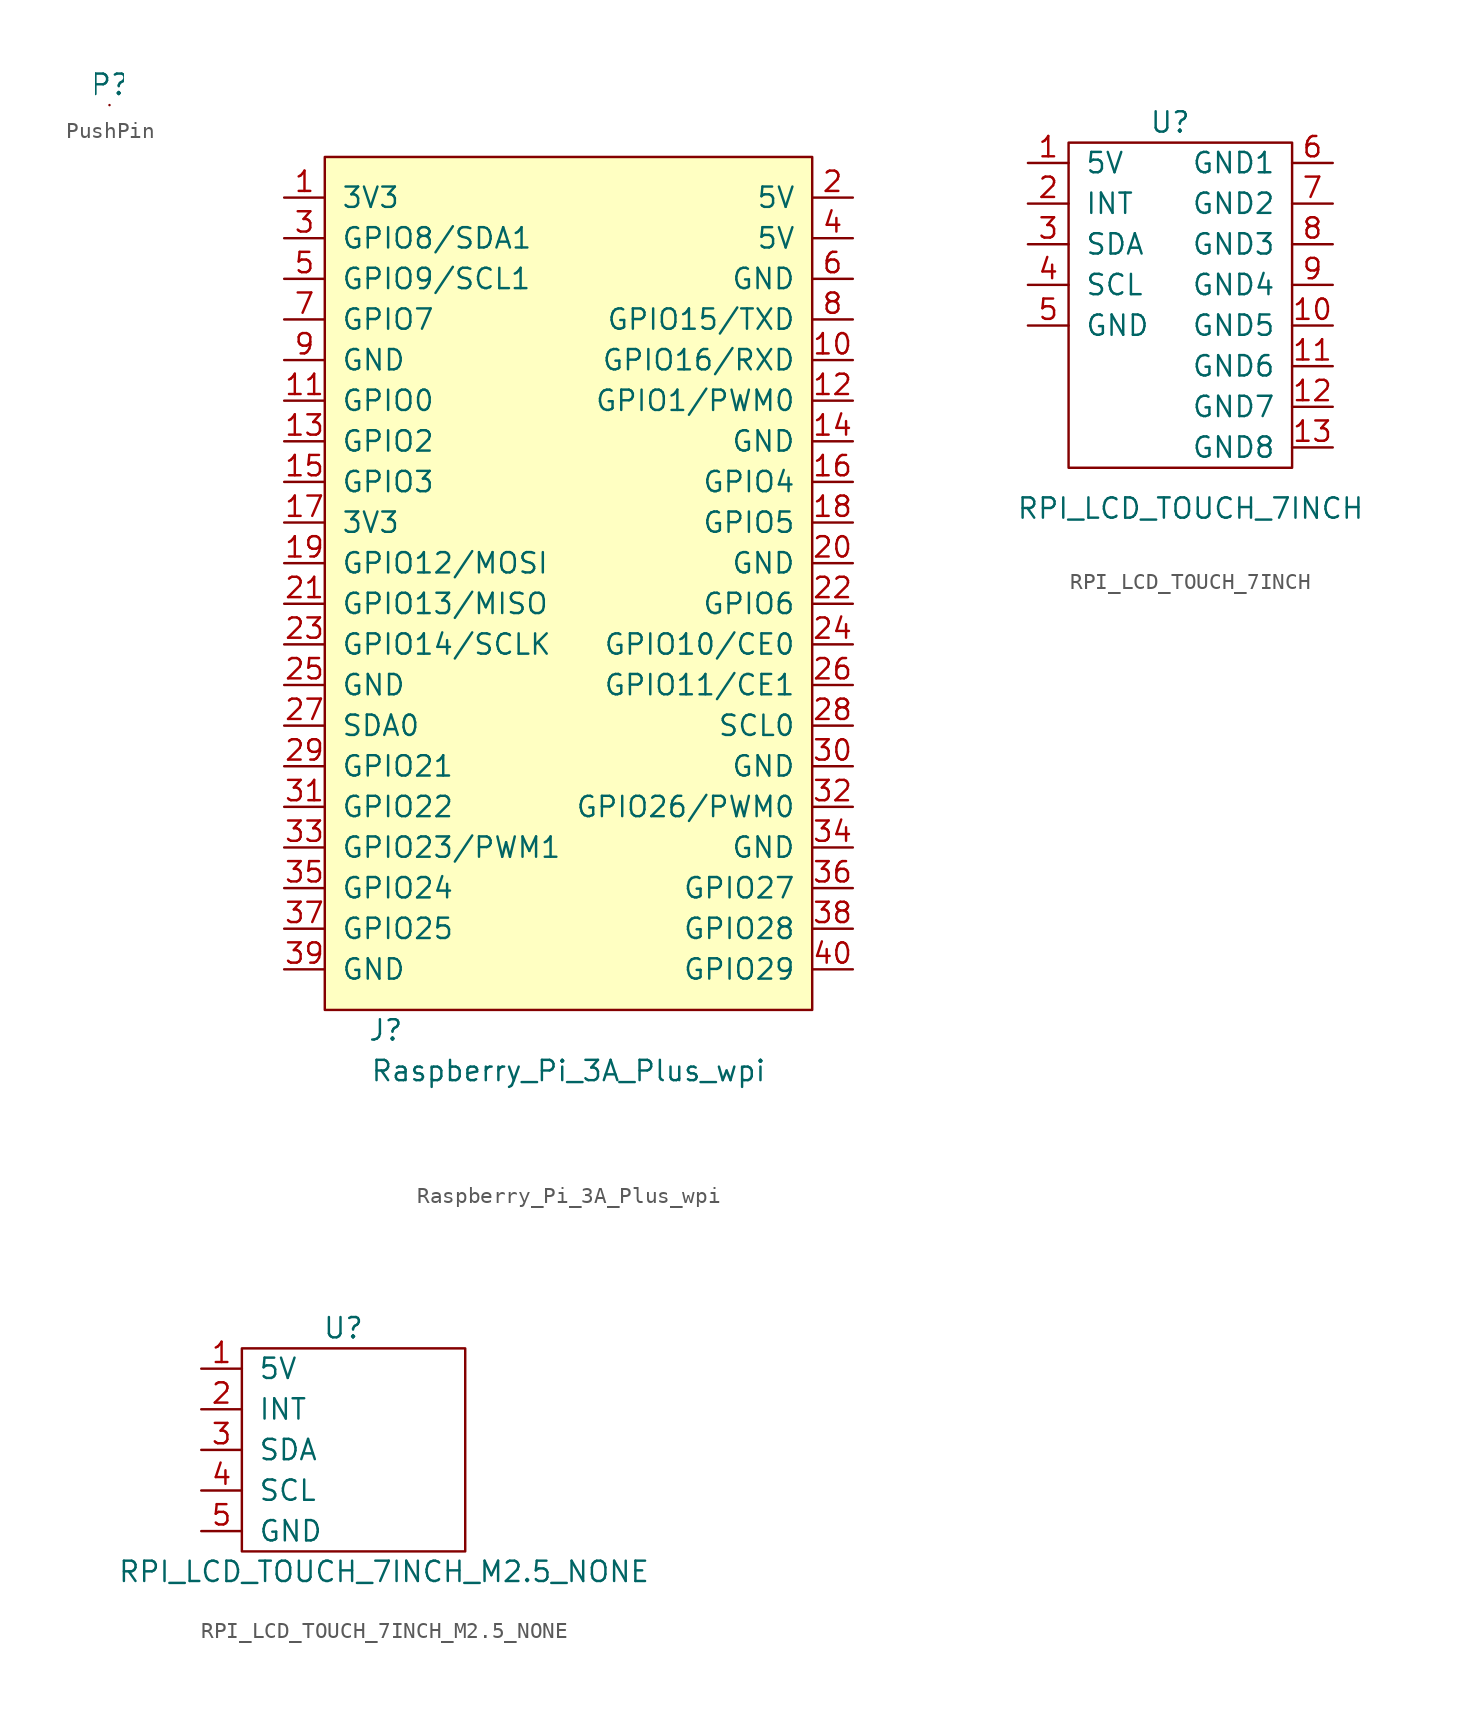
<source format=kicad_sym>
(kicad_symbol_lib
  (version 20211014)
  (generator kicad_symbol_editor)
  (symbol "PushPin"
    (pin_names
      (offset 1.016))
    (property "Reference" "P"
      (at 0 1.27 0)
      (effects (font (size 1.27 1.27))))
    (symbol "PushPin_1_1"
      (pin passive line (at 0 0 0) (length 0) (name "~" (effects (font (size 1.27 1.27)))) (number "~" (effects (font (size 1.27 1.27)))))))
  (symbol "Raspberry_Pi_3A_Plus_wpi"
    (pin_names
      (offset 1.016))
    (property "Reference" "J"
      (at -11.43 -27.94 0)
      (effects (font (size 1.27 1.27))))
    (property "Value" "Raspberry_Pi_3A_Plus_wpi"
      (at 0 -30.48 0)
      (effects (font (size 1.27 1.27))))
    (symbol "Raspberry_Pi_3A_Plus_wpi_0_1"
      (rectangle (start 15.24 26.67) (end -15.24 -26.67) (stroke (width 0) (type default) (color 0 0 0 0)) (fill (type background))))
    (symbol "Raspberry_Pi_3A_Plus_wpi_1_1"
      (pin power_out line (at -17.78 24.13 0) (length 2.54) (name "3V3" (effects (font (size 1.27 1.27)))) (number "1" (effects (font (size 1.27 1.27)))))
      (pin bidirectional line (at 17.78 13.97 180) (length 2.54) (name "GPIO16/RXD" (effects (font (size 1.27 1.27)))) (number "10" (effects (font (size 1.27 1.27)))))
      (pin bidirectional line (at -17.78 11.43 0) (length 2.54) (name "GPIO0" (effects (font (size 1.27 1.27)))) (number "11" (effects (font (size 1.27 1.27)))))
      (pin bidirectional line (at 17.78 11.43 180) (length 2.54) (name "GPIO1/PWM0" (effects (font (size 1.27 1.27)))) (number "12" (effects (font (size 1.27 1.27)))))
      (pin bidirectional line (at -17.78 8.89 0) (length 2.54) (name "GPIO2" (effects (font (size 1.27 1.27)))) (number "13" (effects (font (size 1.27 1.27)))))
      (pin power_out line (at 17.78 8.89 180) (length 2.54) (name "GND" (effects (font (size 1.27 1.27)))) (number "14" (effects (font (size 1.27 1.27)))))
      (pin bidirectional line (at -17.78 6.35 0) (length 2.54) (name "GPIO3" (effects (font (size 1.27 1.27)))) (number "15" (effects (font (size 1.27 1.27)))))
      (pin bidirectional line (at 17.78 6.35 180) (length 2.54) (name "GPIO4" (effects (font (size 1.27 1.27)))) (number "16" (effects (font (size 1.27 1.27)))))
      (pin power_out line (at -17.78 3.81 0) (length 2.54) (name "3V3" (effects (font (size 1.27 1.27)))) (number "17" (effects (font (size 1.27 1.27)))))
      (pin bidirectional line (at 17.78 3.81 180) (length 2.54) (name "GPIO5" (effects (font (size 1.27 1.27)))) (number "18" (effects (font (size 1.27 1.27)))))
      (pin bidirectional line (at -17.78 1.27 0) (length 2.54) (name "GPIO12/MOSI" (effects (font (size 1.27 1.27)))) (number "19" (effects (font (size 1.27 1.27)))))
      (pin power_out line (at 17.78 24.13 180) (length 2.54) (name "5V" (effects (font (size 1.27 1.27)))) (number "2" (effects (font (size 1.27 1.27)))))
      (pin power_out line (at 17.78 1.27 180) (length 2.54) (name "GND" (effects (font (size 1.27 1.27)))) (number "20" (effects (font (size 1.27 1.27)))))
      (pin bidirectional line (at -17.78 -1.27 0) (length 2.54) (name "GPIO13/MISO" (effects (font (size 1.27 1.27)))) (number "21" (effects (font (size 1.27 1.27)))))
      (pin bidirectional line (at 17.78 -1.27 180) (length 2.54) (name "GPIO6" (effects (font (size 1.27 1.27)))) (number "22" (effects (font (size 1.27 1.27)))))
      (pin bidirectional line (at -17.78 -3.81 0) (length 2.54) (name "GPIO14/SCLK" (effects (font (size 1.27 1.27)))) (number "23" (effects (font (size 1.27 1.27)))))
      (pin bidirectional line (at 17.78 -3.81 180) (length 2.54) (name "GPIO10/CE0" (effects (font (size 1.27 1.27)))) (number "24" (effects (font (size 1.27 1.27)))))
      (pin power_out line (at -17.78 -6.35 0) (length 2.54) (name "GND" (effects (font (size 1.27 1.27)))) (number "25" (effects (font (size 1.27 1.27)))))
      (pin bidirectional line (at 17.78 -6.35 180) (length 2.54) (name "GPIO11/CE1" (effects (font (size 1.27 1.27)))) (number "26" (effects (font (size 1.27 1.27)))))
      (pin bidirectional line (at -17.78 -8.89 0) (length 2.54) (name "SDA0" (effects (font (size 1.27 1.27)))) (number "27" (effects (font (size 1.27 1.27)))))
      (pin bidirectional line (at 17.78 -8.89 180) (length 2.54) (name "SCL0" (effects (font (size 1.27 1.27)))) (number "28" (effects (font (size 1.27 1.27)))))
      (pin bidirectional line (at -17.78 -11.43 0) (length 2.54) (name "GPIO21" (effects (font (size 1.27 1.27)))) (number "29" (effects (font (size 1.27 1.27)))))
      (pin bidirectional line (at -17.78 21.59 0) (length 2.54) (name "GPIO8/SDA1" (effects (font (size 1.27 1.27)))) (number "3" (effects (font (size 1.27 1.27)))))
      (pin power_out line (at 17.78 -11.43 180) (length 2.54) (name "GND" (effects (font (size 1.27 1.27)))) (number "30" (effects (font (size 1.27 1.27)))))
      (pin bidirectional line (at -17.78 -13.97 0) (length 2.54) (name "GPIO22" (effects (font (size 1.27 1.27)))) (number "31" (effects (font (size 1.27 1.27)))))
      (pin bidirectional line (at 17.78 -13.97 180) (length 2.54) (name "GPIO26/PWM0" (effects (font (size 1.27 1.27)))) (number "32" (effects (font (size 1.27 1.27)))))
      (pin bidirectional line (at -17.78 -16.51 0) (length 2.54) (name "GPIO23/PWM1" (effects (font (size 1.27 1.27)))) (number "33" (effects (font (size 1.27 1.27)))))
      (pin power_out line (at 17.78 -16.51 180) (length 2.54) (name "GND" (effects (font (size 1.27 1.27)))) (number "34" (effects (font (size 1.27 1.27)))))
      (pin bidirectional line (at -17.78 -19.05 0) (length 2.54) (name "GPIO24" (effects (font (size 1.27 1.27)))) (number "35" (effects (font (size 1.27 1.27)))))
      (pin bidirectional line (at 17.78 -19.05 180) (length 2.54) (name "GPIO27" (effects (font (size 1.27 1.27)))) (number "36" (effects (font (size 1.27 1.27)))))
      (pin bidirectional line (at -17.78 -21.59 0) (length 2.54) (name "GPIO25" (effects (font (size 1.27 1.27)))) (number "37" (effects (font (size 1.27 1.27)))))
      (pin bidirectional line (at 17.78 -21.59 180) (length 2.54) (name "GPIO28" (effects (font (size 1.27 1.27)))) (number "38" (effects (font (size 1.27 1.27)))))
      (pin power_out line (at -17.78 -24.13 0) (length 2.54) (name "GND" (effects (font (size 1.27 1.27)))) (number "39" (effects (font (size 1.27 1.27)))))
      (pin power_out line (at 17.78 21.59 180) (length 2.54) (name "5V" (effects (font (size 1.27 1.27)))) (number "4" (effects (font (size 1.27 1.27)))))
      (pin bidirectional line (at 17.78 -24.13 180) (length 2.54) (name "GPIO29" (effects (font (size 1.27 1.27)))) (number "40" (effects (font (size 1.27 1.27)))))
      (pin bidirectional line (at -17.78 19.05 0) (length 2.54) (name "GPIO9/SCL1" (effects (font (size 1.27 1.27)))) (number "5" (effects (font (size 1.27 1.27)))))
      (pin power_out line (at 17.78 19.05 180) (length 2.54) (name "GND" (effects (font (size 1.27 1.27)))) (number "6" (effects (font (size 1.27 1.27)))))
      (pin bidirectional line (at -17.78 16.51 0) (length 2.54) (name "GPIO7" (effects (font (size 1.27 1.27)))) (number "7" (effects (font (size 1.27 1.27)))))
      (pin bidirectional line (at 17.78 16.51 180) (length 2.54) (name "GPIO15/TXD" (effects (font (size 1.27 1.27)))) (number "8" (effects (font (size 1.27 1.27)))))
      (pin power_out line (at -17.78 13.97 0) (length 2.54) (name "GND" (effects (font (size 1.27 1.27)))) (number "9" (effects (font (size 1.27 1.27)))))))
  (symbol "RPI_LCD_TOUCH_7INCH"
    (pin_names
      (offset 1.016))
    (property "Reference" "U"
      (at 8.89 2.54 0)
      (effects (font (size 1.27 1.27))))
    (property "Value" "RPI_LCD_TOUCH_7INCH"
      (at 10.16 -21.59 0)
      (effects (font (size 1.27 1.27))))
    (symbol "RPI_LCD_TOUCH_7INCH_0_0"
      (rectangle (start 2.54 1.27) (end 16.51 -19.05) (stroke (width 0) (type default) (color 0 0 0 0)) (fill (type none))))
    (symbol "RPI_LCD_TOUCH_7INCH_1_1"
      (pin input line (at 0 0 0) (length 2.54) (name "5V" (effects (font (size 1.27 1.27)))) (number "1" (effects (font (size 1.27 1.27)))))
      (pin input line (at 19.05 -10.16 180) (length 2.54) (name "GND5" (effects (font (size 1.27 1.27)))) (number "10" (effects (font (size 1.27 1.27)))))
      (pin input line (at 19.05 -12.7 180) (length 2.54) (name "GND6" (effects (font (size 1.27 1.27)))) (number "11" (effects (font (size 1.27 1.27)))))
      (pin input line (at 19.05 -15.24 180) (length 2.54) (name "GND7" (effects (font (size 1.27 1.27)))) (number "12" (effects (font (size 1.27 1.27)))))
      (pin input line (at 19.05 -17.78 180) (length 2.54) (name "GND8" (effects (font (size 1.27 1.27)))) (number "13" (effects (font (size 1.27 1.27)))))
      (pin input line (at 0 -2.54 0) (length 2.54) (name "INT" (effects (font (size 1.27 1.27)))) (number "2" (effects (font (size 1.27 1.27)))))
      (pin input line (at 0 -5.08 0) (length 2.54) (name "SDA" (effects (font (size 1.27 1.27)))) (number "3" (effects (font (size 1.27 1.27)))))
      (pin input line (at 0 -7.62 0) (length 2.54) (name "SCL" (effects (font (size 1.27 1.27)))) (number "4" (effects (font (size 1.27 1.27)))))
      (pin input line (at 0 -10.16 0) (length 2.54) (name "GND" (effects (font (size 1.27 1.27)))) (number "5" (effects (font (size 1.27 1.27)))))
      (pin input line (at 19.05 0 180) (length 2.54) (name "GND1" (effects (font (size 1.27 1.27)))) (number "6" (effects (font (size 1.27 1.27)))))
      (pin input line (at 19.05 -2.54 180) (length 2.54) (name "GND2" (effects (font (size 1.27 1.27)))) (number "7" (effects (font (size 1.27 1.27)))))
      (pin input line (at 19.05 -5.08 180) (length 2.54) (name "GND3" (effects (font (size 1.27 1.27)))) (number "8" (effects (font (size 1.27 1.27)))))
      (pin input line (at 19.05 -7.62 180) (length 2.54) (name "GND4" (effects (font (size 1.27 1.27)))) (number "9" (effects (font (size 1.27 1.27)))))))
  (symbol "RPI_LCD_TOUCH_7INCH_M2.5_NONE"
    (pin_names
      (offset 1.016))
    (property "Reference" "U"
      (at 8.89 2.54 0)
      (effects (font (size 1.27 1.27))))
    (property "Value" "RPI_LCD_TOUCH_7INCH_M2.5_NONE"
      (at 11.43 -12.7 0)
      (effects (font (size 1.27 1.27))))
    (symbol "RPI_LCD_TOUCH_7INCH_M2.5_NONE_0_1"
      (rectangle (start 2.54 1.27) (end 16.51 -11.43) (stroke (width 0) (type default) (color 0 0 0 0)) (fill (type none))))
    (symbol "RPI_LCD_TOUCH_7INCH_M2.5_NONE_1_1"
      (pin input line (at 0 0 0) (length 2.54) (name "5V" (effects (font (size 1.27 1.27)))) (number "1" (effects (font (size 1.27 1.27)))))
      (pin input line (at 0 -2.54 0) (length 2.54) (name "INT" (effects (font (size 1.27 1.27)))) (number "2" (effects (font (size 1.27 1.27)))))
      (pin input line (at 0 -5.08 0) (length 2.54) (name "SDA" (effects (font (size 1.27 1.27)))) (number "3" (effects (font (size 1.27 1.27)))))
      (pin input line (at 0 -7.62 0) (length 2.54) (name "SCL" (effects (font (size 1.27 1.27)))) (number "4" (effects (font (size 1.27 1.27)))))
      (pin input line (at 0 -10.16 0) (length 2.54) (name "GND" (effects (font (size 1.27 1.27)))) (number "5" (effects (font (size 1.27 1.27))))))))
</source>
